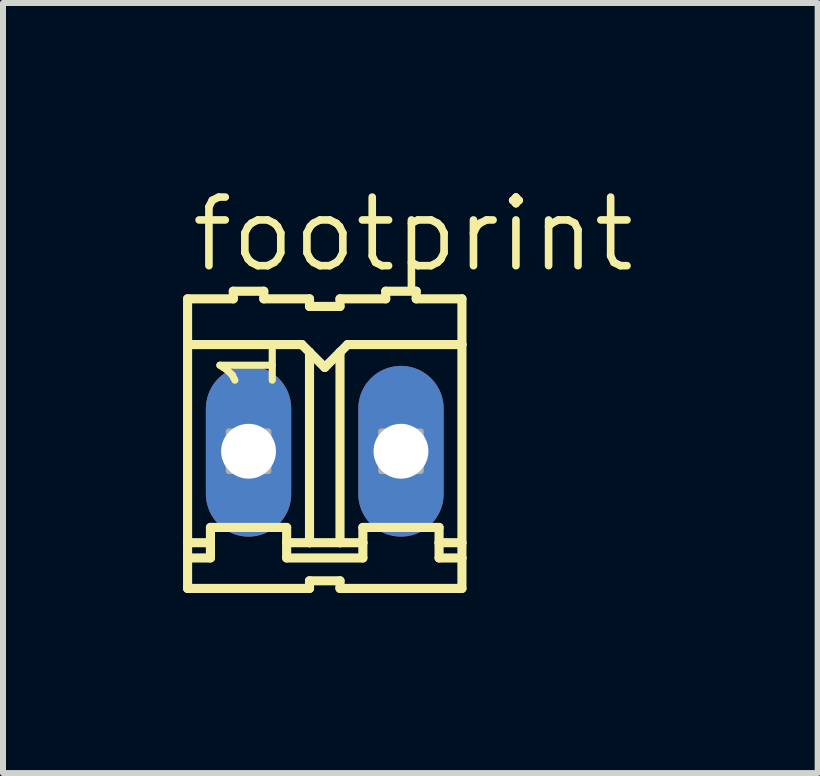
<source format=kicad_pcb>
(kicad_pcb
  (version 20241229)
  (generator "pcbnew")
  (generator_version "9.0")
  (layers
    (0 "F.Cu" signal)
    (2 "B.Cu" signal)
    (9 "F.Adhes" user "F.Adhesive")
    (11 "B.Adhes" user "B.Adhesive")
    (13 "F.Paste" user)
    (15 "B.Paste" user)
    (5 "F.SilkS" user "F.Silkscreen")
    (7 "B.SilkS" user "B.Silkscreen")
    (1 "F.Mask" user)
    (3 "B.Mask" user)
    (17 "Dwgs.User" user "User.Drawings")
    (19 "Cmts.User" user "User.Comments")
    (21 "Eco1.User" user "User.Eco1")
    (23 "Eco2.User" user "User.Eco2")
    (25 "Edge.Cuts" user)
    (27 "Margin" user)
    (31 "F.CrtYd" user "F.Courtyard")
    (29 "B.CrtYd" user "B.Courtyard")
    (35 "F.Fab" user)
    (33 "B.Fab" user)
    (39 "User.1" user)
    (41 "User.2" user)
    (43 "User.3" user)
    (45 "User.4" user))
  (footprint "footprint"
    (layer "F.Cu")
    (at 2.362 4.47)
    (property "Reference" "footprint" (at -2.286 -2.946 0) (layer "F.SilkS") (effects (font (size 1.143 1.143) (thickness 0.127)) (justify left bottom)))
    (fp_line (start -2.286 -2.54) (end -2.286 -1.778) (stroke (width 0.152) (type solid)) (layer "F.SilkS"))
    (fp_line (start -2.286 -2.54) (end -1.524 -2.54) (stroke (width 0.152) (type solid)) (layer "F.SilkS"))
    (fp_line (start -2.286 -1.778) (end -2.286 1.524) (stroke (width 0.152) (type solid)) (layer "F.SilkS"))
    (fp_line (start -2.286 -1.778) (end -0.381 -1.778) (stroke (width 0.152) (type solid)) (layer "F.SilkS"))
    (fp_line (start -2.286 1.524) (end -2.286 1.778) (stroke (width 0.152) (type solid)) (layer "F.SilkS"))
    (fp_line (start -2.286 1.778) (end -2.286 2.286) (stroke (width 0.152) (type solid)) (layer "F.SilkS"))
    (fp_line (start -2.286 1.778) (end -1.905 1.778) (stroke (width 0.152) (type solid)) (layer "F.SilkS"))
    (fp_line (start -1.905 1.27) (end -0.635 1.27) (stroke (width 0.152) (type solid)) (layer "F.SilkS"))
    (fp_line (start -1.905 1.524) (end -2.286 1.524) (stroke (width 0.152) (type solid)) (layer "F.SilkS"))
    (fp_line (start -1.905 1.524) (end -1.905 1.27) (stroke (width 0.152) (type solid)) (layer "F.SilkS"))
    (fp_line (start -1.905 1.778) (end -1.905 1.524) (stroke (width 0.152) (type solid)) (layer "F.SilkS"))
    (fp_line (start -1.524 -2.54) (end -1.524 -2.667) (stroke (width 0.152) (type solid)) (layer "F.SilkS"))
    (fp_line (start -1.016 -2.667) (end -1.524 -2.667) (stroke (width 0.152) (type solid)) (layer "F.SilkS"))
    (fp_line (start -1.016 -2.54) (end -1.016 -2.667) (stroke (width 0.152) (type solid)) (layer "F.SilkS"))
    (fp_line (start -0.635 1.524) (end -0.635 1.27) (stroke (width 0.152) (type solid)) (layer "F.SilkS"))
    (fp_line (start -0.635 1.524) (end -0.254 1.524) (stroke (width 0.152) (type solid)) (layer "F.SilkS"))
    (fp_line (start -0.635 1.778) (end -0.635 1.524) (stroke (width 0.152) (type solid)) (layer "F.SilkS"))
    (fp_line (start -0.635 1.778) (end 0.635 1.778) (stroke (width 0.152) (type solid)) (layer "F.SilkS"))
    (fp_line (start -0.381 -1.778) (end -0.254 -1.651) (stroke (width 0.152) (type solid)) (layer "F.SilkS"))
    (fp_line (start -0.254 -2.54) (end -1.016 -2.54) (stroke (width 0.152) (type solid)) (layer "F.SilkS"))
    (fp_line (start -0.254 -2.413) (end -0.254 -2.54) (stroke (width 0.152) (type solid)) (layer "F.SilkS"))
    (fp_line (start -0.254 -1.651) (end 0 -1.397) (stroke (width 0.152) (type solid)) (layer "F.SilkS"))
    (fp_line (start -0.254 1.524) (end -0.254 -1.651) (stroke (width 0.152) (type solid)) (layer "F.SilkS"))
    (fp_line (start -0.254 1.524) (end 0.254 1.524) (stroke (width 0.152) (type solid)) (layer "F.SilkS"))
    (fp_line (start -0.254 2.159) (end -0.254 2.286) (stroke (width 0.152) (type solid)) (layer "F.SilkS"))
    (fp_line (start -0.254 2.286) (end -2.286 2.286) (stroke (width 0.152) (type solid)) (layer "F.SilkS"))
    (fp_line (start 0 -1.397) (end 0.254 -1.651) (stroke (width 0.152) (type solid)) (layer "F.SilkS"))
    (fp_line (start 0.254 -2.54) (end 1.016 -2.54) (stroke (width 0.152) (type solid)) (layer "F.SilkS"))
    (fp_line (start 0.254 -2.413) (end -0.254 -2.413) (stroke (width 0.152) (type solid)) (layer "F.SilkS"))
    (fp_line (start 0.254 -2.413) (end 0.254 -2.54) (stroke (width 0.152) (type solid)) (layer "F.SilkS"))
    (fp_line (start 0.254 -1.651) (end 0.381 -1.778) (stroke (width 0.152) (type solid)) (layer "F.SilkS"))
    (fp_line (start 0.254 1.524) (end 0.254 -1.651) (stroke (width 0.152) (type solid)) (layer "F.SilkS"))
    (fp_line (start 0.254 1.524) (end 0.635 1.524) (stroke (width 0.152) (type solid)) (layer "F.SilkS"))
    (fp_line (start 0.254 2.159) (end -0.254 2.159) (stroke (width 0.152) (type solid)) (layer "F.SilkS"))
    (fp_line (start 0.254 2.159) (end 0.254 2.286) (stroke (width 0.152) (type solid)) (layer "F.SilkS"))
    (fp_line (start 0.381 -1.778) (end 2.286 -1.778) (stroke (width 0.152) (type solid)) (layer "F.SilkS"))
    (fp_line (start 0.635 1.27) (end 1.905 1.27) (stroke (width 0.152) (type solid)) (layer "F.SilkS"))
    (fp_line (start 0.635 1.524) (end 0.635 1.27) (stroke (width 0.152) (type solid)) (layer "F.SilkS"))
    (fp_line (start 0.635 1.778) (end 0.635 1.524) (stroke (width 0.152) (type solid)) (layer "F.SilkS"))
    (fp_line (start 1.016 -2.54) (end 1.016 -2.667) (stroke (width 0.152) (type solid)) (layer "F.SilkS"))
    (fp_line (start 1.524 -2.667) (end 1.016 -2.667) (stroke (width 0.152) (type solid)) (layer "F.SilkS"))
    (fp_line (start 1.524 -2.54) (end 1.524 -2.667) (stroke (width 0.152) (type solid)) (layer "F.SilkS"))
    (fp_line (start 1.524 -2.54) (end 2.286 -2.54) (stroke (width 0.152) (type solid)) (layer "F.SilkS"))
    (fp_line (start 1.905 1.524) (end 1.905 1.27) (stroke (width 0.152) (type solid)) (layer "F.SilkS"))
    (fp_line (start 1.905 1.524) (end 2.286 1.524) (stroke (width 0.152) (type solid)) (layer "F.SilkS"))
    (fp_line (start 1.905 1.778) (end 1.905 1.524) (stroke (width 0.152) (type solid)) (layer "F.SilkS"))
    (fp_line (start 2.286 -1.778) (end 2.286 -2.54) (stroke (width 0.152) (type solid)) (layer "F.SilkS"))
    (fp_line (start 2.286 -1.778) (end 2.286 1.524) (stroke (width 0.152) (type solid)) (layer "F.SilkS"))
    (fp_line (start 2.286 1.524) (end 2.286 1.778) (stroke (width 0.152) (type solid)) (layer "F.SilkS"))
    (fp_line (start 2.286 1.778) (end 1.905 1.778) (stroke (width 0.152) (type solid)) (layer "F.SilkS"))
    (fp_line (start 2.286 1.778) (end 2.286 2.286) (stroke (width 0.152) (type solid)) (layer "F.SilkS"))
    (fp_line (start 2.286 2.286) (end 0.254 2.286) (stroke (width 0.152) (type solid)) (layer "F.SilkS"))
    (fp_poly (pts (xy -1.6 0.33) (xy -0.94 0.33) (xy -0.94 -0.33) (xy -1.6 -0.33)) (stroke (width 0.1) (type solid)) (fill no) (layer "F.Fab"))
    (fp_poly (pts (xy 0.94 0.33) (xy 1.6 0.33) (xy 1.6 -0.33) (xy 0.94 -0.33)) (stroke (width 0.1) (type solid)) (fill no) (layer "F.Fab"))
    (fp_text user "1" (at -0.762 -0.94 90) (layer "F.SilkS") (effects (font (size 0.872 0.872) (thickness 0.119)) (justify left bottom)))
    (pad "1" thru_hole oval (at -1.27 0 90) (size 2.845 1.422) (drill 0.914) (layers "*.Cu" "*.Mask"))
    (pad "2" thru_hole oval (at 1.27 0 90) (size 2.845 1.422) (drill 0.914) (layers "*.Cu" "*.Mask")))
  (gr_rect
    (start -3 -3)
    (end 10.576 9.833)
    (stroke (width 0.1) (type default))
    (fill no)
    (layer "Edge.Cuts")))
</source>
